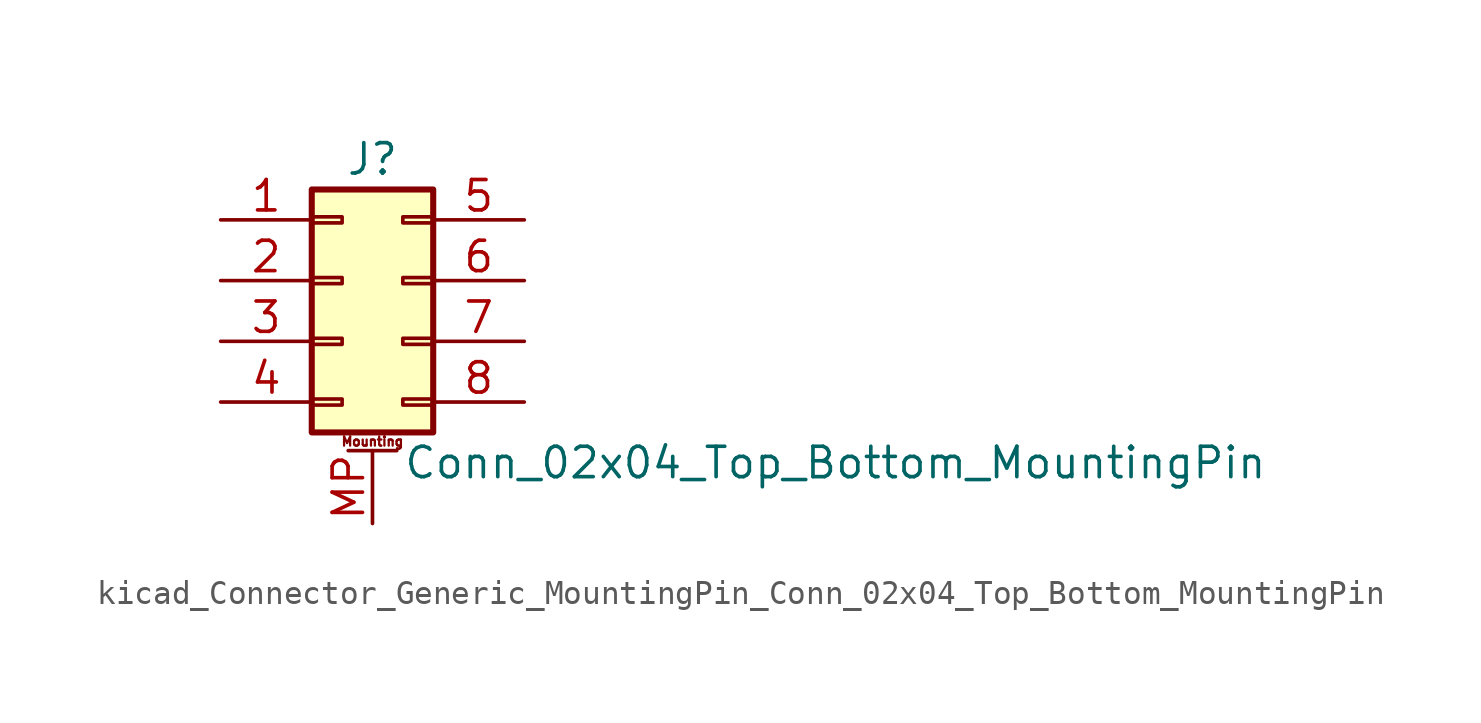
<source format=kicad_sym>
(kicad_symbol_lib
  (version 20220914)
  (generator kicad_symbol_editor)
  (symbol "kicad_Connector_Generic_MountingPin_Conn_02x04_Top_Bottom_MountingPin"
    (pin_names
      (offset 1.016) hide)
    (property "Reference" "J"
      (at 1.27 5.08 0)
      (effects (font (size 1.27 1.27))))
    (property "Value" "Conn_02x04_Top_Bottom_MountingPin"
      (at 2.54 -7.62 0)
      (effects (font (size 1.27 1.27)) (justify left)))
    (symbol "kicad_Connector_Generic_MountingPin_Conn_02x04_Top_Bottom_MountingPin_1_1"
      (rectangle (start -1.27 -4.953) (end 0 -5.207) (stroke (width 0.152) (type default)) (fill (type none)))
      (rectangle (start -1.27 -2.413) (end 0 -2.667) (stroke (width 0.152) (type default)) (fill (type none)))
      (rectangle (start -1.27 0.127) (end 0 -0.127) (stroke (width 0.152) (type default)) (fill (type none)))
      (rectangle (start -1.27 2.667) (end 0 2.413) (stroke (width 0.152) (type default)) (fill (type none)))
      (rectangle (start -1.27 3.81) (end 3.81 -6.35) (stroke (width 0.254) (type default)) (fill (type background)))
      (polyline (pts (xy 0.254 -7.112) (xy 2.286 -7.112)) (stroke (width 0.152) (type default)) (fill (type none)))
      (rectangle (start 3.81 -4.953) (end 2.54 -5.207) (stroke (width 0.152) (type default)) (fill (type none)))
      (rectangle (start 3.81 -2.413) (end 2.54 -2.667) (stroke (width 0.152) (type default)) (fill (type none)))
      (rectangle (start 3.81 0.127) (end 2.54 -0.127) (stroke (width 0.152) (type default)) (fill (type none)))
      (rectangle (start 3.81 2.667) (end 2.54 2.413) (stroke (width 0.152) (type default)) (fill (type none)))
      (text "Mounting" (at 1.27 -6.731 0) (effects (font (size 0.381 0.381))))
      (pin passive line (at -5.08 2.54 0) (length 3.81) (name "Pin_1" (effects (font (size 1.27 1.27)))) (number "1" (effects (font (size 1.27 1.27)))))
      (pin passive line (at -5.08 0 0) (length 3.81) (name "Pin_2" (effects (font (size 1.27 1.27)))) (number "2" (effects (font (size 1.27 1.27)))))
      (pin passive line (at -5.08 -2.54 0) (length 3.81) (name "Pin_3" (effects (font (size 1.27 1.27)))) (number "3" (effects (font (size 1.27 1.27)))))
      (pin passive line (at -5.08 -5.08 0) (length 3.81) (name "Pin_4" (effects (font (size 1.27 1.27)))) (number "4" (effects (font (size 1.27 1.27)))))
      (pin passive line (at 7.62 2.54 180) (length 3.81) (name "Pin_5" (effects (font (size 1.27 1.27)))) (number "5" (effects (font (size 1.27 1.27)))))
      (pin passive line (at 7.62 0 180) (length 3.81) (name "Pin_6" (effects (font (size 1.27 1.27)))) (number "6" (effects (font (size 1.27 1.27)))))
      (pin passive line (at 7.62 -2.54 180) (length 3.81) (name "Pin_7" (effects (font (size 1.27 1.27)))) (number "7" (effects (font (size 1.27 1.27)))))
      (pin passive line (at 7.62 -5.08 180) (length 3.81) (name "Pin_8" (effects (font (size 1.27 1.27)))) (number "8" (effects (font (size 1.27 1.27)))))
      (pin passive line (at 1.27 -10.16 90) (length 3.048) (name "MountPin" (effects (font (size 1.27 1.27)))) (number "MP" (effects (font (size 1.27 1.27))))))))
</source>
